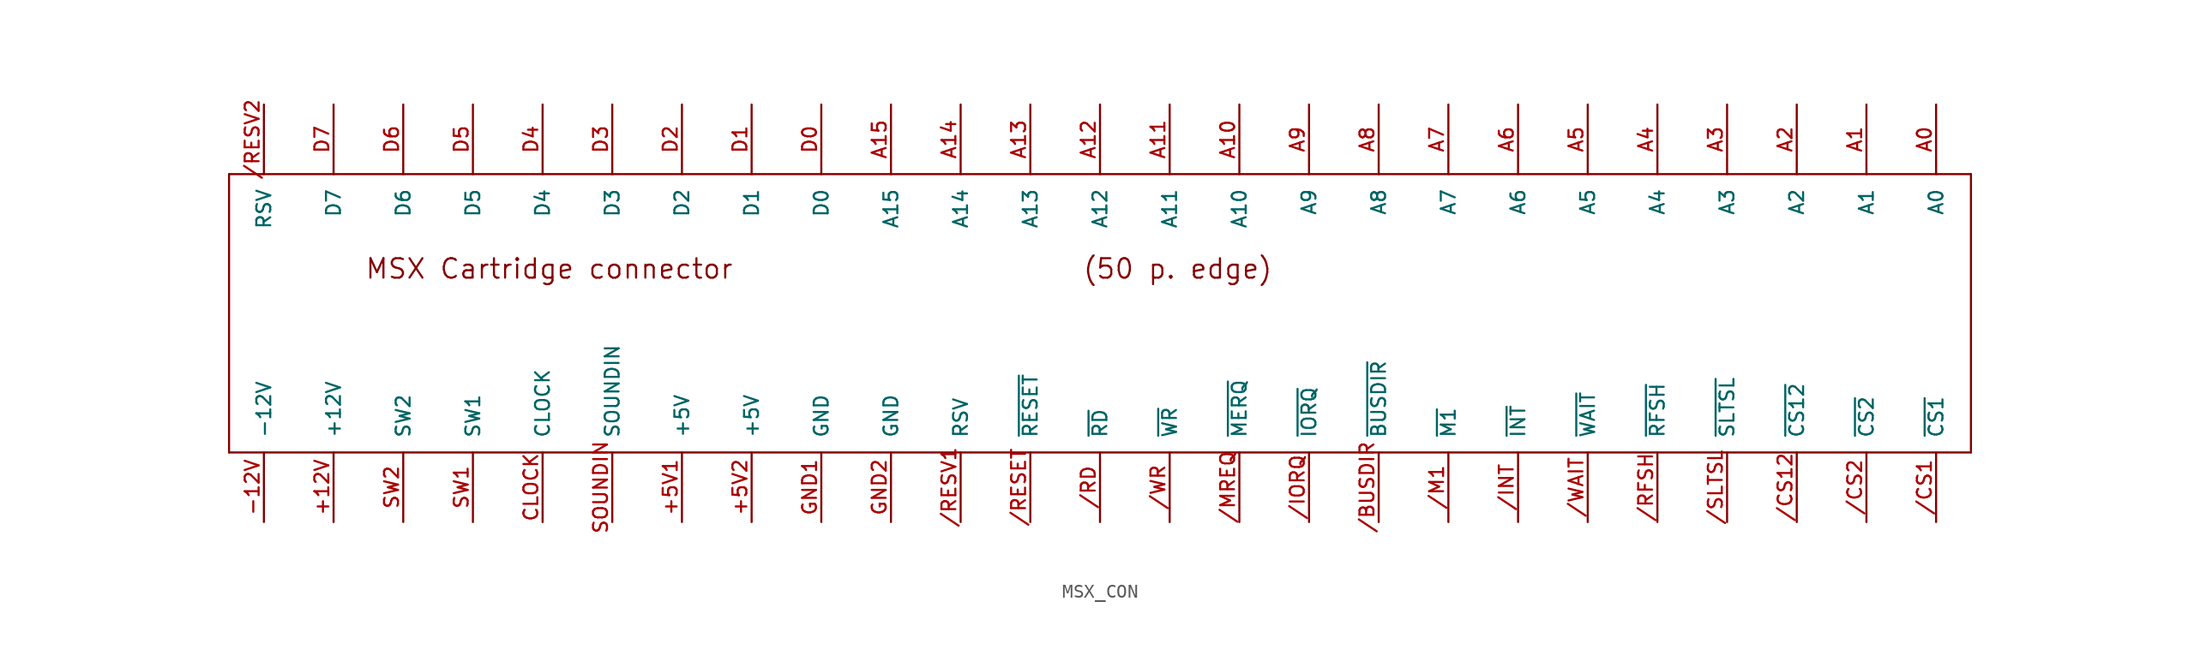
<source format=kicad_sym>
(kicad_symbol_lib
  (version 20211014)
  (generator kicad_symbol_editor)
  (symbol "MSX_CON"
    (pin_names
      (offset 1.016))
    (property "Reference" "EDG"
      (at 2.54 22.86 0)
      (effects (font (size 1.143 1.143)) hide))
    (symbol "MSX_CON_1_0"
      (polyline (pts (xy -58.42 -10.16) (xy 68.58 -10.16)) (stroke (width 0) (type default) (color 0 0 0 0)) (fill (type none)))
      (polyline (pts (xy -58.42 10.16) (xy -58.42 -10.16)) (stroke (width 0) (type default) (color 0 0 0 0)) (fill (type none)))
      (polyline (pts (xy 68.58 -10.16) (xy 68.58 10.16)) (stroke (width 0) (type default) (color 0 0 0 0)) (fill (type none)))
      (polyline (pts (xy 68.58 10.16) (xy -58.42 10.16)) (stroke (width 0) (type default) (color 0 0 0 0)) (fill (type none)))
      (text "(50 p. edge)" (at 10.744 3.251 0) (effects (font (size 1.422 1.422))))
      (text "MSX Cartridge connector" (at -35.077 3.251 0) (effects (font (size 1.422 1.422)))))
    (symbol "MSX_CON_1_1"
      (pin power_out line (at -50.8 -15.24 90) (length 5.08) (name "+12V" (effects (font (size 1.016 1.016)))) (number "+12V" (effects (font (size 1.016 1.016)))))
      (pin power_in line (at -25.4 -15.24 90) (length 5.08) (name "+5V" (effects (font (size 1.016 1.016)))) (number "+5V1" (effects (font (size 1.016 1.016)))))
      (pin power_in line (at -20.32 -15.24 90) (length 5.08) (name "+5V" (effects (font (size 1.016 1.016)))) (number "+5V2" (effects (font (size 1.016 1.016)))))
      (pin power_out line (at -55.88 -15.24 90) (length 5.08) (name "-12V" (effects (font (size 1.016 1.016)))) (number "-12V" (effects (font (size 1.016 1.016)))))
      (pin input line (at 25.4 -15.24 90) (length 5.08) (name "~{BUSDIR}" (effects (font (size 1.016 1.016)))) (number "/BUSDIR" (effects (font (size 1.016 1.016)))))
      (pin output line (at 66.04 -15.24 90) (length 5.08) (name "~{CS1}" (effects (font (size 1.016 1.016)))) (number "/CS1" (effects (font (size 1.016 1.016)))))
      (pin output line (at 55.88 -15.24 90) (length 5.08) (name "~{CS12}" (effects (font (size 1.016 1.016)))) (number "/CS12" (effects (font (size 1.016 1.016)))))
      (pin output line (at 60.96 -15.24 90) (length 5.08) (name "~{CS2}" (effects (font (size 1.016 1.016)))) (number "/CS2" (effects (font (size 1.016 1.016)))))
      (pin input line (at 35.56 -15.24 90) (length 5.08) (name "~{INT}" (effects (font (size 1.016 1.016)))) (number "/INT" (effects (font (size 1.016 1.016)))))
      (pin output line (at 20.32 -15.24 90) (length 5.08) (name "~{IORQ}" (effects (font (size 1.016 1.016)))) (number "/IORQ" (effects (font (size 1.016 1.016)))))
      (pin output line (at 30.48 -15.24 90) (length 5.08) (name "~{M1}" (effects (font (size 1.016 1.016)))) (number "/M1" (effects (font (size 1.016 1.016)))))
      (pin output line (at 15.24 -15.24 90) (length 5.08) (name "~{MERQ}" (effects (font (size 1.016 1.016)))) (number "/MREQ" (effects (font (size 1.016 1.016)))))
      (pin output line (at 5.08 -15.24 90) (length 5.08) (name "~{RD}" (effects (font (size 1.016 1.016)))) (number "/RD" (effects (font (size 1.016 1.016)))))
      (pin output line (at 0 -15.24 90) (length 5.08) (name "~{RESET}" (effects (font (size 1.016 1.016)))) (number "/RESET" (effects (font (size 1.016 1.016)))))
      (pin unspecified line (at -5.08 -15.24 90) (length 5.08) (name "RSV" (effects (font (size 1.016 1.016)))) (number "/RESV1" (effects (font (size 1.016 1.016)))))
      (pin unspecified line (at -55.88 15.24 270) (length 5.08) (name "RSV" (effects (font (size 1.016 1.016)))) (number "/RESV2" (effects (font (size 1.016 1.016)))))
      (pin output line (at 45.72 -15.24 90) (length 5.08) (name "~{RFSH}" (effects (font (size 1.016 1.016)))) (number "/RFSH" (effects (font (size 1.016 1.016)))))
      (pin output line (at 50.8 -15.24 90) (length 5.08) (name "~{SLTSL}" (effects (font (size 1.016 1.016)))) (number "/SLTSL" (effects (font (size 1.016 1.016)))))
      (pin input line (at 40.64 -15.24 90) (length 5.08) (name "~{WAIT}" (effects (font (size 1.016 1.016)))) (number "/WAIT" (effects (font (size 1.016 1.016)))))
      (pin output line (at 10.16 -15.24 90) (length 5.08) (name "~{WR}" (effects (font (size 1.016 1.016)))) (number "/WR" (effects (font (size 1.016 1.016)))))
      (pin output line (at 66.04 15.24 270) (length 5.08) (name "A0" (effects (font (size 1.016 1.016)))) (number "A0" (effects (font (size 1.016 1.016)))))
      (pin output line (at 60.96 15.24 270) (length 5.08) (name "A1" (effects (font (size 1.016 1.016)))) (number "A1" (effects (font (size 1.016 1.016)))))
      (pin output line (at 15.24 15.24 270) (length 5.08) (name "A10" (effects (font (size 1.016 1.016)))) (number "A10" (effects (font (size 1.016 1.016)))))
      (pin output line (at 10.16 15.24 270) (length 5.08) (name "A11" (effects (font (size 1.016 1.016)))) (number "A11" (effects (font (size 1.016 1.016)))))
      (pin output line (at 5.08 15.24 270) (length 5.08) (name "A12" (effects (font (size 1.016 1.016)))) (number "A12" (effects (font (size 1.016 1.016)))))
      (pin output line (at 0 15.24 270) (length 5.08) (name "A13" (effects (font (size 1.016 1.016)))) (number "A13" (effects (font (size 1.016 1.016)))))
      (pin output line (at -5.08 15.24 270) (length 5.08) (name "A14" (effects (font (size 1.016 1.016)))) (number "A14" (effects (font (size 1.016 1.016)))))
      (pin output line (at -10.16 15.24 270) (length 5.08) (name "A15" (effects (font (size 1.016 1.016)))) (number "A15" (effects (font (size 1.016 1.016)))))
      (pin output line (at 55.88 15.24 270) (length 5.08) (name "A2" (effects (font (size 1.016 1.016)))) (number "A2" (effects (font (size 1.016 1.016)))))
      (pin output line (at 50.8 15.24 270) (length 5.08) (name "A3" (effects (font (size 1.016 1.016)))) (number "A3" (effects (font (size 1.016 1.016)))))
      (pin output line (at 45.72 15.24 270) (length 5.08) (name "A4" (effects (font (size 1.016 1.016)))) (number "A4" (effects (font (size 1.016 1.016)))))
      (pin output line (at 40.64 15.24 270) (length 5.08) (name "A5" (effects (font (size 1.016 1.016)))) (number "A5" (effects (font (size 1.016 1.016)))))
      (pin output line (at 35.56 15.24 270) (length 5.08) (name "A6" (effects (font (size 1.016 1.016)))) (number "A6" (effects (font (size 1.016 1.016)))))
      (pin output line (at 30.48 15.24 270) (length 5.08) (name "A7" (effects (font (size 1.016 1.016)))) (number "A7" (effects (font (size 1.016 1.016)))))
      (pin output line (at 25.4 15.24 270) (length 5.08) (name "A8" (effects (font (size 1.016 1.016)))) (number "A8" (effects (font (size 1.016 1.016)))))
      (pin output line (at 20.32 15.24 270) (length 5.08) (name "A9" (effects (font (size 1.016 1.016)))) (number "A9" (effects (font (size 1.016 1.016)))))
      (pin output line (at -35.56 -15.24 90) (length 5.08) (name "CLOCK" (effects (font (size 1.016 1.016)))) (number "CLOCK" (effects (font (size 1.016 1.016)))))
      (pin bidirectional line (at -15.24 15.24 270) (length 5.08) (name "D0" (effects (font (size 1.016 1.016)))) (number "D0" (effects (font (size 1.016 1.016)))))
      (pin bidirectional line (at -20.32 15.24 270) (length 5.08) (name "D1" (effects (font (size 1.016 1.016)))) (number "D1" (effects (font (size 1.016 1.016)))))
      (pin bidirectional line (at -25.4 15.24 270) (length 5.08) (name "D2" (effects (font (size 1.016 1.016)))) (number "D2" (effects (font (size 1.016 1.016)))))
      (pin bidirectional line (at -30.48 15.24 270) (length 5.08) (name "D3" (effects (font (size 1.016 1.016)))) (number "D3" (effects (font (size 1.016 1.016)))))
      (pin bidirectional line (at -35.56 15.24 270) (length 5.08) (name "D4" (effects (font (size 1.016 1.016)))) (number "D4" (effects (font (size 1.016 1.016)))))
      (pin bidirectional line (at -40.64 15.24 270) (length 5.08) (name "D5" (effects (font (size 1.016 1.016)))) (number "D5" (effects (font (size 1.016 1.016)))))
      (pin bidirectional line (at -45.72 15.24 270) (length 5.08) (name "D6" (effects (font (size 1.016 1.016)))) (number "D6" (effects (font (size 1.016 1.016)))))
      (pin bidirectional line (at -50.8 15.24 270) (length 5.08) (name "D7" (effects (font (size 1.016 1.016)))) (number "D7" (effects (font (size 1.016 1.016)))))
      (pin power_in line (at -15.24 -15.24 90) (length 5.08) (name "GND" (effects (font (size 1.016 1.016)))) (number "GND1" (effects (font (size 1.016 1.016)))))
      (pin power_in line (at -10.16 -15.24 90) (length 5.08) (name "GND" (effects (font (size 1.016 1.016)))) (number "GND2" (effects (font (size 1.016 1.016)))))
      (pin input line (at -30.48 -15.24 90) (length 5.08) (name "SOUNDIN" (effects (font (size 1.016 1.016)))) (number "SOUNDIN" (effects (font (size 1.016 1.016)))))
      (pin passive line (at -40.64 -15.24 90) (length 5.08) (name "SW1" (effects (font (size 1.016 1.016)))) (number "SW1" (effects (font (size 1.016 1.016)))))
      (pin passive line (at -45.72 -15.24 90) (length 5.08) (name "SW2" (effects (font (size 1.016 1.016)))) (number "SW2" (effects (font (size 1.016 1.016))))))))
</source>
